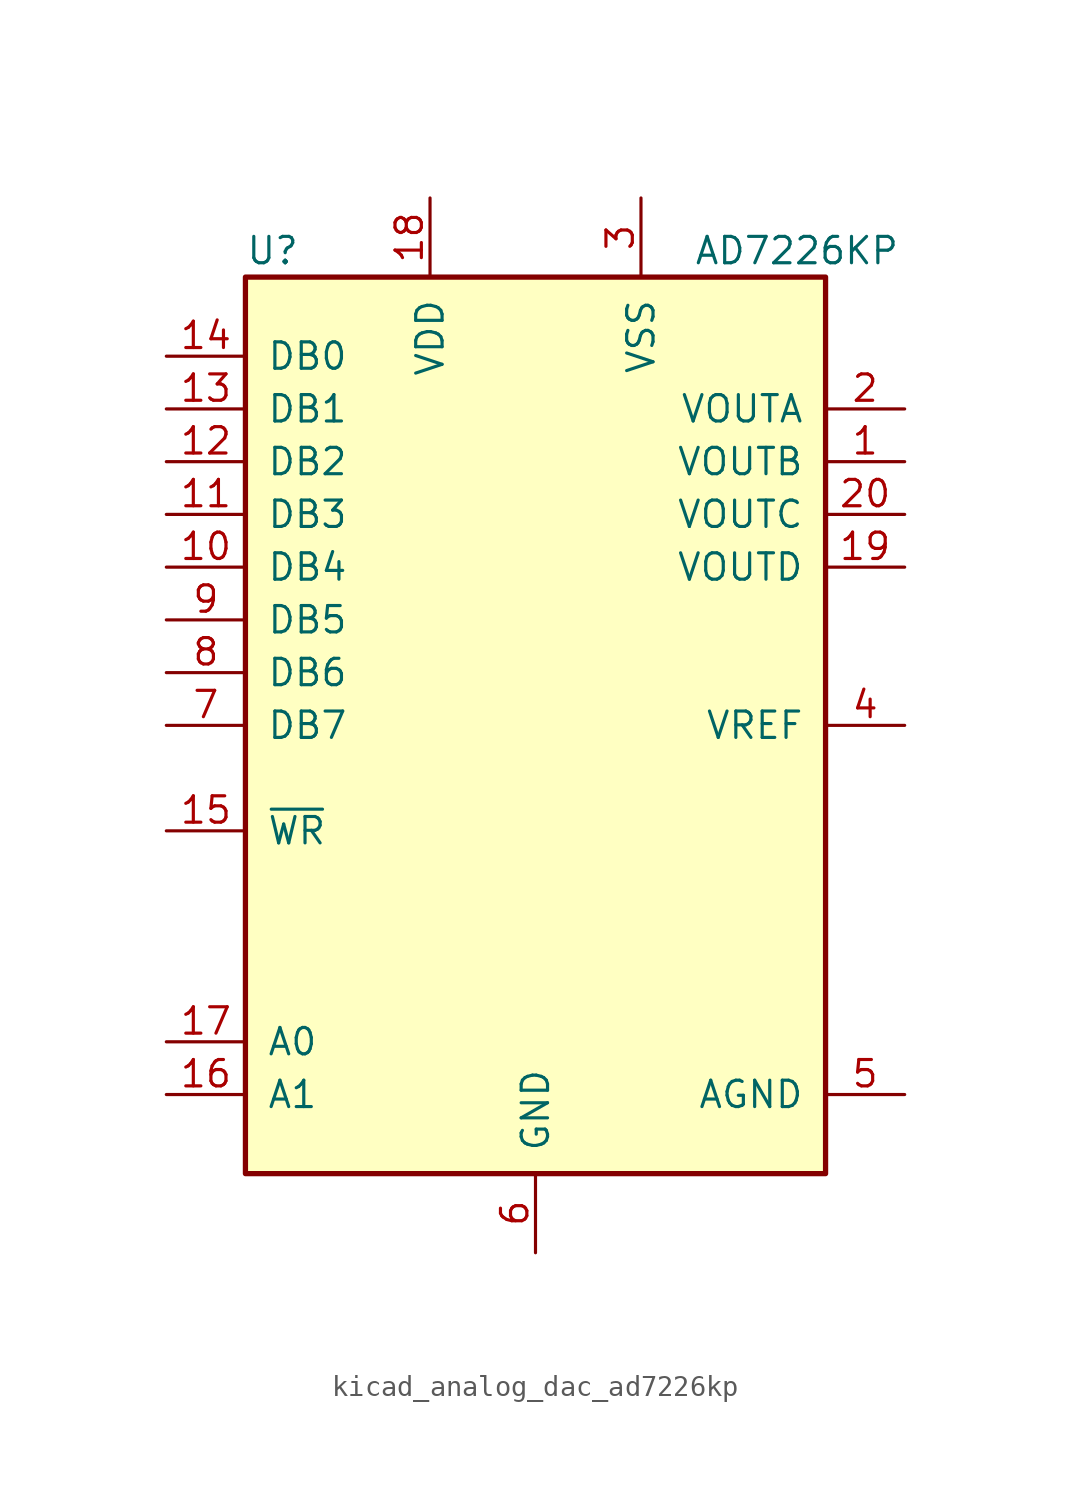
<source format=kicad_sym>
(kicad_symbol_lib
  (version 20220914)
  (generator kicad_symbol_editor)
  (symbol "kicad_analog_dac_ad7226kp"
    (pin_names
      (offset 1.016))
    (property "Reference" "U"
      (at -13.97 22.86 0)
      (effects (font (size 1.27 1.27)) (justify left)))
    (property "Value" "AD7226KP"
      (at 7.62 22.86 0)
      (effects (font (size 1.27 1.27)) (justify left)))
    (symbol "kicad_analog_dac_ad7226kp_0_1"
      (rectangle (start -13.97 -21.59) (end 13.97 21.59) (stroke (width 0.254) (type default)) (fill (type background))))
    (symbol "kicad_analog_dac_ad7226kp_1_1"
      (pin output line (at 17.78 12.7 180) (length 3.81) (name "VOUTB" (effects (font (size 1.27 1.27)))) (number "1" (effects (font (size 1.27 1.27)))))
      (pin input line (at -17.78 7.62 0) (length 3.81) (name "DB4" (effects (font (size 1.27 1.27)))) (number "10" (effects (font (size 1.27 1.27)))))
      (pin input line (at -17.78 10.16 0) (length 3.81) (name "DB3" (effects (font (size 1.27 1.27)))) (number "11" (effects (font (size 1.27 1.27)))))
      (pin input line (at -17.78 12.7 0) (length 3.81) (name "DB2" (effects (font (size 1.27 1.27)))) (number "12" (effects (font (size 1.27 1.27)))))
      (pin input line (at -17.78 15.24 0) (length 3.81) (name "DB1" (effects (font (size 1.27 1.27)))) (number "13" (effects (font (size 1.27 1.27)))))
      (pin input line (at -17.78 17.78 0) (length 3.81) (name "DB0" (effects (font (size 1.27 1.27)))) (number "14" (effects (font (size 1.27 1.27)))))
      (pin input line (at -17.78 -5.08 0) (length 3.81) (name "~{WR}" (effects (font (size 1.27 1.27)))) (number "15" (effects (font (size 1.27 1.27)))))
      (pin input line (at -17.78 -17.78 0) (length 3.81) (name "A1" (effects (font (size 1.27 1.27)))) (number "16" (effects (font (size 1.27 1.27)))))
      (pin input line (at -17.78 -15.24 0) (length 3.81) (name "A0" (effects (font (size 1.27 1.27)))) (number "17" (effects (font (size 1.27 1.27)))))
      (pin power_in line (at -5.08 25.4 270) (length 3.81) (name "VDD" (effects (font (size 1.27 1.27)))) (number "18" (effects (font (size 1.27 1.27)))))
      (pin output line (at 17.78 7.62 180) (length 3.81) (name "VOUTD" (effects (font (size 1.27 1.27)))) (number "19" (effects (font (size 1.27 1.27)))))
      (pin output line (at 17.78 15.24 180) (length 3.81) (name "VOUTA" (effects (font (size 1.27 1.27)))) (number "2" (effects (font (size 1.27 1.27)))))
      (pin output line (at 17.78 10.16 180) (length 3.81) (name "VOUTC" (effects (font (size 1.27 1.27)))) (number "20" (effects (font (size 1.27 1.27)))))
      (pin power_in line (at 5.08 25.4 270) (length 3.81) (name "VSS" (effects (font (size 1.27 1.27)))) (number "3" (effects (font (size 1.27 1.27)))))
      (pin input line (at 17.78 0 180) (length 3.81) (name "VREF" (effects (font (size 1.27 1.27)))) (number "4" (effects (font (size 1.27 1.27)))))
      (pin input line (at 17.78 -17.78 180) (length 3.81) (name "AGND" (effects (font (size 1.27 1.27)))) (number "5" (effects (font (size 1.27 1.27)))))
      (pin power_in line (at 0 -25.4 90) (length 3.81) (name "GND" (effects (font (size 1.27 1.27)))) (number "6" (effects (font (size 1.27 1.27)))))
      (pin input line (at -17.78 0 0) (length 3.81) (name "DB7" (effects (font (size 1.27 1.27)))) (number "7" (effects (font (size 1.27 1.27)))))
      (pin input line (at -17.78 2.54 0) (length 3.81) (name "DB6" (effects (font (size 1.27 1.27)))) (number "8" (effects (font (size 1.27 1.27)))))
      (pin input line (at -17.78 5.08 0) (length 3.81) (name "DB5" (effects (font (size 1.27 1.27)))) (number "9" (effects (font (size 1.27 1.27))))))))
</source>
